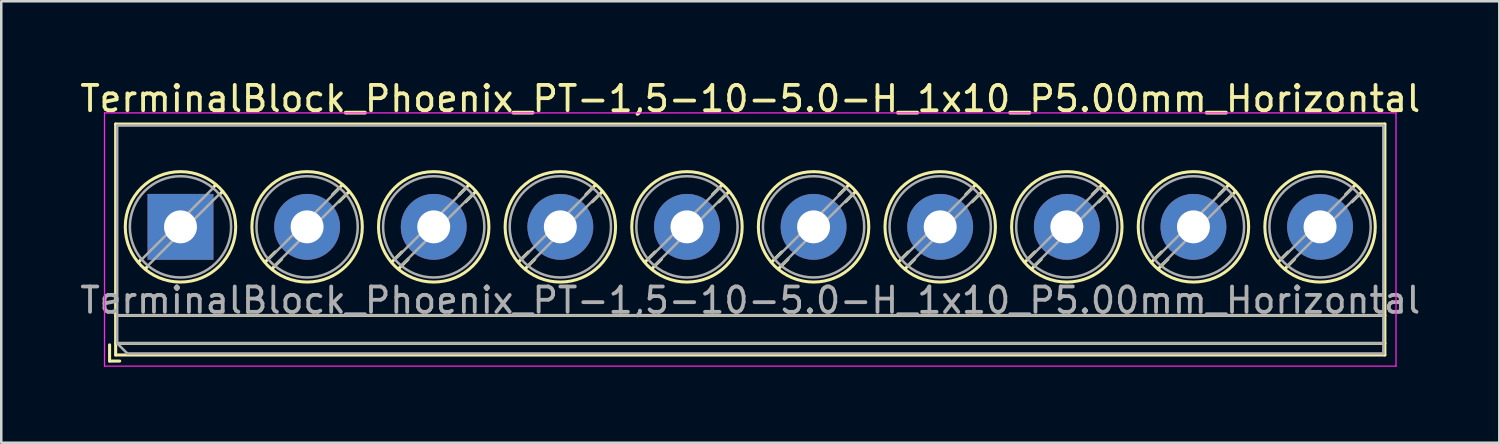
<source format=kicad_pcb>
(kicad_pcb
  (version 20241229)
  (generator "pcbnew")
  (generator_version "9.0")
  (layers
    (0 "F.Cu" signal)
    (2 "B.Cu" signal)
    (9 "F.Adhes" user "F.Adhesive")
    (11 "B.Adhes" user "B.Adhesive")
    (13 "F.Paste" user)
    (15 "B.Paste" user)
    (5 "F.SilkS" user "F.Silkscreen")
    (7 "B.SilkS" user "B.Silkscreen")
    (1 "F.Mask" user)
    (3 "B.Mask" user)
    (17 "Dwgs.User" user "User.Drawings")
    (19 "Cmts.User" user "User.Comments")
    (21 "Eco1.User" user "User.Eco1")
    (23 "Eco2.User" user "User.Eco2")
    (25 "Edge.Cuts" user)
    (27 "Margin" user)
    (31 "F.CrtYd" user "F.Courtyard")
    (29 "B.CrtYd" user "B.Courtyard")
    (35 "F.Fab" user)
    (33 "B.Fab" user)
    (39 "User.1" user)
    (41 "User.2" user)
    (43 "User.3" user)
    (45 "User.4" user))
  (footprint "TerminalBlock_Phoenix_PT-1,5-10-5.0-H_1x10_P5.00mm_Horizontal"
    (layer "F.Cu")
    (at 4.077 5.908)
    (property "Reference" "TerminalBlock_Phoenix_PT-1,5-10-5.0-H_1x10_P5.00mm_Horizontal" (at 22.5 -5.06 0) (layer "F.SilkS") (effects (font (size 1 1) (thickness 0.15))))
    (attr through_hole)
    (fp_line (start -2.8 4.66) (end -2.8 5.3) (stroke (width 0.12) (type solid)) (layer "F.SilkS"))
    (fp_line (start -2.8 5.3) (end -2.4 5.3) (stroke (width 0.12) (type solid)) (layer "F.SilkS"))
    (fp_line (start -2.56 -4.06) (end -2.56 5.06) (stroke (width 0.12) (type solid)) (layer "F.SilkS"))
    (fp_line (start -2.56 -4.06) (end 47.56 -4.06) (stroke (width 0.12) (type solid)) (layer "F.SilkS"))
    (fp_line (start -2.56 3.5) (end 47.56 3.5) (stroke (width 0.12) (type solid)) (layer "F.SilkS"))
    (fp_line (start -2.56 4.6) (end 47.56 4.6) (stroke (width 0.12) (type solid)) (layer "F.SilkS"))
    (fp_line (start -2.56 5.06) (end 47.56 5.06) (stroke (width 0.12) (type solid)) (layer "F.SilkS"))
    (fp_line (start -1.548 1.281) (end -1.654 1.388) (stroke (width 0.12) (type solid)) (layer "F.SilkS"))
    (fp_line (start -1.282 1.547) (end -1.388 1.654) (stroke (width 0.12) (type solid)) (layer "F.SilkS"))
    (fp_line (start 1.388 -1.654) (end 1.281 -1.547) (stroke (width 0.12) (type solid)) (layer "F.SilkS"))
    (fp_line (start 1.654 -1.388) (end 1.547 -1.281) (stroke (width 0.12) (type solid)) (layer "F.SilkS"))
    (fp_line (start 3.742 0.992) (end 3.347 1.388) (stroke (width 0.12) (type solid)) (layer "F.SilkS"))
    (fp_line (start 3.993 1.274) (end 3.613 1.654) (stroke (width 0.12) (type solid)) (layer "F.SilkS"))
    (fp_line (start 6.388 -1.654) (end 6.008 -1.274) (stroke (width 0.12) (type solid)) (layer "F.SilkS"))
    (fp_line (start 6.654 -1.388) (end 6.259 -0.992) (stroke (width 0.12) (type solid)) (layer "F.SilkS"))
    (fp_line (start 8.742 0.992) (end 8.347 1.388) (stroke (width 0.12) (type solid)) (layer "F.SilkS"))
    (fp_line (start 8.993 1.274) (end 8.613 1.654) (stroke (width 0.12) (type solid)) (layer "F.SilkS"))
    (fp_line (start 11.388 -1.654) (end 11.008 -1.274) (stroke (width 0.12) (type solid)) (layer "F.SilkS"))
    (fp_line (start 11.654 -1.388) (end 11.259 -0.992) (stroke (width 0.12) (type solid)) (layer "F.SilkS"))
    (fp_line (start 13.742 0.992) (end 13.347 1.388) (stroke (width 0.12) (type solid)) (layer "F.SilkS"))
    (fp_line (start 13.993 1.274) (end 13.613 1.654) (stroke (width 0.12) (type solid)) (layer "F.SilkS"))
    (fp_line (start 16.388 -1.654) (end 16.008 -1.274) (stroke (width 0.12) (type solid)) (layer "F.SilkS"))
    (fp_line (start 16.654 -1.388) (end 16.259 -0.992) (stroke (width 0.12) (type solid)) (layer "F.SilkS"))
    (fp_line (start 18.742 0.992) (end 18.347 1.388) (stroke (width 0.12) (type solid)) (layer "F.SilkS"))
    (fp_line (start 18.993 1.274) (end 18.613 1.654) (stroke (width 0.12) (type solid)) (layer "F.SilkS"))
    (fp_line (start 21.388 -1.654) (end 21.008 -1.274) (stroke (width 0.12) (type solid)) (layer "F.SilkS"))
    (fp_line (start 21.654 -1.388) (end 21.259 -0.992) (stroke (width 0.12) (type solid)) (layer "F.SilkS"))
    (fp_line (start 23.742 0.992) (end 23.347 1.388) (stroke (width 0.12) (type solid)) (layer "F.SilkS"))
    (fp_line (start 23.993 1.274) (end 23.613 1.654) (stroke (width 0.12) (type solid)) (layer "F.SilkS"))
    (fp_line (start 26.388 -1.654) (end 26.008 -1.274) (stroke (width 0.12) (type solid)) (layer "F.SilkS"))
    (fp_line (start 26.654 -1.388) (end 26.259 -0.992) (stroke (width 0.12) (type solid)) (layer "F.SilkS"))
    (fp_line (start 28.742 0.992) (end 28.347 1.388) (stroke (width 0.12) (type solid)) (layer "F.SilkS"))
    (fp_line (start 28.993 1.274) (end 28.613 1.654) (stroke (width 0.12) (type solid)) (layer "F.SilkS"))
    (fp_line (start 31.388 -1.654) (end 31.008 -1.274) (stroke (width 0.12) (type solid)) (layer "F.SilkS"))
    (fp_line (start 31.654 -1.388) (end 31.259 -0.992) (stroke (width 0.12) (type solid)) (layer "F.SilkS"))
    (fp_line (start 33.742 0.992) (end 33.347 1.388) (stroke (width 0.12) (type solid)) (layer "F.SilkS"))
    (fp_line (start 33.993 1.274) (end 33.613 1.654) (stroke (width 0.12) (type solid)) (layer "F.SilkS"))
    (fp_line (start 36.388 -1.654) (end 36.008 -1.274) (stroke (width 0.12) (type solid)) (layer "F.SilkS"))
    (fp_line (start 36.654 -1.388) (end 36.259 -0.992) (stroke (width 0.12) (type solid)) (layer "F.SilkS"))
    (fp_line (start 38.742 0.992) (end 38.347 1.388) (stroke (width 0.12) (type solid)) (layer "F.SilkS"))
    (fp_line (start 38.993 1.274) (end 38.613 1.654) (stroke (width 0.12) (type solid)) (layer "F.SilkS"))
    (fp_line (start 41.388 -1.654) (end 41.008 -1.274) (stroke (width 0.12) (type solid)) (layer "F.SilkS"))
    (fp_line (start 41.654 -1.388) (end 41.259 -0.992) (stroke (width 0.12) (type solid)) (layer "F.SilkS"))
    (fp_line (start 43.742 0.992) (end 43.347 1.388) (stroke (width 0.12) (type solid)) (layer "F.SilkS"))
    (fp_line (start 43.993 1.274) (end 43.613 1.654) (stroke (width 0.12) (type solid)) (layer "F.SilkS"))
    (fp_line (start 46.388 -1.654) (end 46.008 -1.274) (stroke (width 0.12) (type solid)) (layer "F.SilkS"))
    (fp_line (start 46.654 -1.388) (end 46.259 -0.992) (stroke (width 0.12) (type solid)) (layer "F.SilkS"))
    (fp_line (start 47.56 -4.06) (end 47.56 5.06) (stroke (width 0.12) (type solid)) (layer "F.SilkS"))
    (fp_circle (center 0 0) (end 2.18 0) (stroke (width 0.12) (type solid)) (fill no) (layer "F.SilkS"))
    (fp_circle (center 5 0) (end 7.18 0) (stroke (width 0.12) (type solid)) (fill no) (layer "F.SilkS"))
    (fp_circle (center 10 0) (end 12.18 0) (stroke (width 0.12) (type solid)) (fill no) (layer "F.SilkS"))
    (fp_circle (center 15 0) (end 17.18 0) (stroke (width 0.12) (type solid)) (fill no) (layer "F.SilkS"))
    (fp_circle (center 20 0) (end 22.18 0) (stroke (width 0.12) (type solid)) (fill no) (layer "F.SilkS"))
    (fp_circle (center 25 0) (end 27.18 0) (stroke (width 0.12) (type solid)) (fill no) (layer "F.SilkS"))
    (fp_circle (center 30 0) (end 32.18 0) (stroke (width 0.12) (type solid)) (fill no) (layer "F.SilkS"))
    (fp_circle (center 35 0) (end 37.18 0) (stroke (width 0.12) (type solid)) (fill no) (layer "F.SilkS"))
    (fp_circle (center 40 0) (end 42.18 0) (stroke (width 0.12) (type solid)) (fill no) (layer "F.SilkS"))
    (fp_circle (center 45 0) (end 47.18 0) (stroke (width 0.12) (type solid)) (fill no) (layer "F.SilkS"))
    (fp_line (start -3 -4.5) (end -3 5.5) (stroke (width 0.05) (type solid)) (layer "F.CrtYd"))
    (fp_line (start -3 5.5) (end 48 5.5) (stroke (width 0.05) (type solid)) (layer "F.CrtYd"))
    (fp_line (start 48 -4.5) (end -3 -4.5) (stroke (width 0.05) (type solid)) (layer "F.CrtYd"))
    (fp_line (start 48 5.5) (end 48 -4.5) (stroke (width 0.05) (type solid)) (layer "F.CrtYd"))
    (fp_line (start -2.5 -4) (end 47.5 -4) (stroke (width 0.1) (type solid)) (layer "F.Fab"))
    (fp_line (start -2.5 3.5) (end 47.5 3.5) (stroke (width 0.1) (type solid)) (layer "F.Fab"))
    (fp_line (start -2.5 4.6) (end -2.5 -4) (stroke (width 0.1) (type solid)) (layer "F.Fab"))
    (fp_line (start -2.5 4.6) (end 47.5 4.6) (stroke (width 0.1) (type solid)) (layer "F.Fab"))
    (fp_line (start -2.1 5) (end -2.5 4.6) (stroke (width 0.1) (type solid)) (layer "F.Fab"))
    (fp_line (start 1.273 -1.517) (end -1.517 1.273) (stroke (width 0.1) (type solid)) (layer "F.Fab"))
    (fp_line (start 1.517 -1.273) (end -1.273 1.517) (stroke (width 0.1) (type solid)) (layer "F.Fab"))
    (fp_line (start 6.273 -1.517) (end 3.484 1.273) (stroke (width 0.1) (type solid)) (layer "F.Fab"))
    (fp_line (start 6.517 -1.273) (end 3.728 1.517) (stroke (width 0.1) (type solid)) (layer "F.Fab"))
    (fp_line (start 11.273 -1.517) (end 8.484 1.273) (stroke (width 0.1) (type solid)) (layer "F.Fab"))
    (fp_line (start 11.517 -1.273) (end 8.728 1.517) (stroke (width 0.1) (type solid)) (layer "F.Fab"))
    (fp_line (start 16.273 -1.517) (end 13.484 1.273) (stroke (width 0.1) (type solid)) (layer "F.Fab"))
    (fp_line (start 16.517 -1.273) (end 13.728 1.517) (stroke (width 0.1) (type solid)) (layer "F.Fab"))
    (fp_line (start 21.273 -1.517) (end 18.484 1.273) (stroke (width 0.1) (type solid)) (layer "F.Fab"))
    (fp_line (start 21.517 -1.273) (end 18.728 1.517) (stroke (width 0.1) (type solid)) (layer "F.Fab"))
    (fp_line (start 26.273 -1.517) (end 23.484 1.273) (stroke (width 0.1) (type solid)) (layer "F.Fab"))
    (fp_line (start 26.517 -1.273) (end 23.728 1.517) (stroke (width 0.1) (type solid)) (layer "F.Fab"))
    (fp_line (start 31.273 -1.517) (end 28.484 1.273) (stroke (width 0.1) (type solid)) (layer "F.Fab"))
    (fp_line (start 31.517 -1.273) (end 28.728 1.517) (stroke (width 0.1) (type solid)) (layer "F.Fab"))
    (fp_line (start 36.273 -1.517) (end 33.484 1.273) (stroke (width 0.1) (type solid)) (layer "F.Fab"))
    (fp_line (start 36.517 -1.273) (end 33.728 1.517) (stroke (width 0.1) (type solid)) (layer "F.Fab"))
    (fp_line (start 41.273 -1.517) (end 38.484 1.273) (stroke (width 0.1) (type solid)) (layer "F.Fab"))
    (fp_line (start 41.517 -1.273) (end 38.728 1.517) (stroke (width 0.1) (type solid)) (layer "F.Fab"))
    (fp_line (start 46.273 -1.517) (end 43.484 1.273) (stroke (width 0.1) (type solid)) (layer "F.Fab"))
    (fp_line (start 46.517 -1.273) (end 43.728 1.517) (stroke (width 0.1) (type solid)) (layer "F.Fab"))
    (fp_line (start 47.5 -4) (end 47.5 5) (stroke (width 0.1) (type solid)) (layer "F.Fab"))
    (fp_line (start 47.5 5) (end -2.1 5) (stroke (width 0.1) (type solid)) (layer "F.Fab"))
    (fp_circle (center 0 0) (end 2 0) (stroke (width 0.1) (type solid)) (fill no) (layer "F.Fab"))
    (fp_circle (center 5 0) (end 7 0) (stroke (width 0.1) (type solid)) (fill no) (layer "F.Fab"))
    (fp_circle (center 10 0) (end 12 0) (stroke (width 0.1) (type solid)) (fill no) (layer "F.Fab"))
    (fp_circle (center 15 0) (end 17 0) (stroke (width 0.1) (type solid)) (fill no) (layer "F.Fab"))
    (fp_circle (center 20 0) (end 22 0) (stroke (width 0.1) (type solid)) (fill no) (layer "F.Fab"))
    (fp_circle (center 25 0) (end 27 0) (stroke (width 0.1) (type solid)) (fill no) (layer "F.Fab"))
    (fp_circle (center 30 0) (end 32 0) (stroke (width 0.1) (type solid)) (fill no) (layer "F.Fab"))
    (fp_circle (center 35 0) (end 37 0) (stroke (width 0.1) (type solid)) (fill no) (layer "F.Fab"))
    (fp_circle (center 40 0) (end 42 0) (stroke (width 0.1) (type solid)) (fill no) (layer "F.Fab"))
    (fp_circle (center 45 0) (end 47 0) (stroke (width 0.1) (type solid)) (fill no) (layer "F.Fab"))
    (fp_text user "${REFERENCE}" (at 22.5 2.9 0) (layer "F.Fab") (effects (font (size 1 1) (thickness 0.15))))
    (pad "1" thru_hole rect (at 0 0) (size 2.6 2.6) (drill 1.3) (layers "*.Cu" "*.Mask"))
    (pad "2" thru_hole circle (at 5 0) (size 2.6 2.6) (drill 1.3) (layers "*.Cu" "*.Mask"))
    (pad "3" thru_hole circle (at 10 0) (size 2.6 2.6) (drill 1.3) (layers "*.Cu" "*.Mask"))
    (pad "4" thru_hole circle (at 15 0) (size 2.6 2.6) (drill 1.3) (layers "*.Cu" "*.Mask"))
    (pad "5" thru_hole circle (at 20 0) (size 2.6 2.6) (drill 1.3) (layers "*.Cu" "*.Mask"))
    (pad "6" thru_hole circle (at 25 0) (size 2.6 2.6) (drill 1.3) (layers "*.Cu" "*.Mask"))
    (pad "7" thru_hole circle (at 30 0) (size 2.6 2.6) (drill 1.3) (layers "*.Cu" "*.Mask"))
    (pad "8" thru_hole circle (at 35 0) (size 2.6 2.6) (drill 1.3) (layers "*.Cu" "*.Mask"))
    (pad "9" thru_hole circle (at 40 0) (size 2.6 2.6) (drill 1.3) (layers "*.Cu" "*.Mask"))
    (pad "10" thru_hole circle (at 45 0) (size 2.6 2.6) (drill 1.3) (layers "*.Cu" "*.Mask")))
  (gr_rect
    (start -3 -3)
    (end 56.155 14.433)
    (stroke (width 0.1) (type default))
    (fill no)
    (layer "Edge.Cuts")))
</source>
